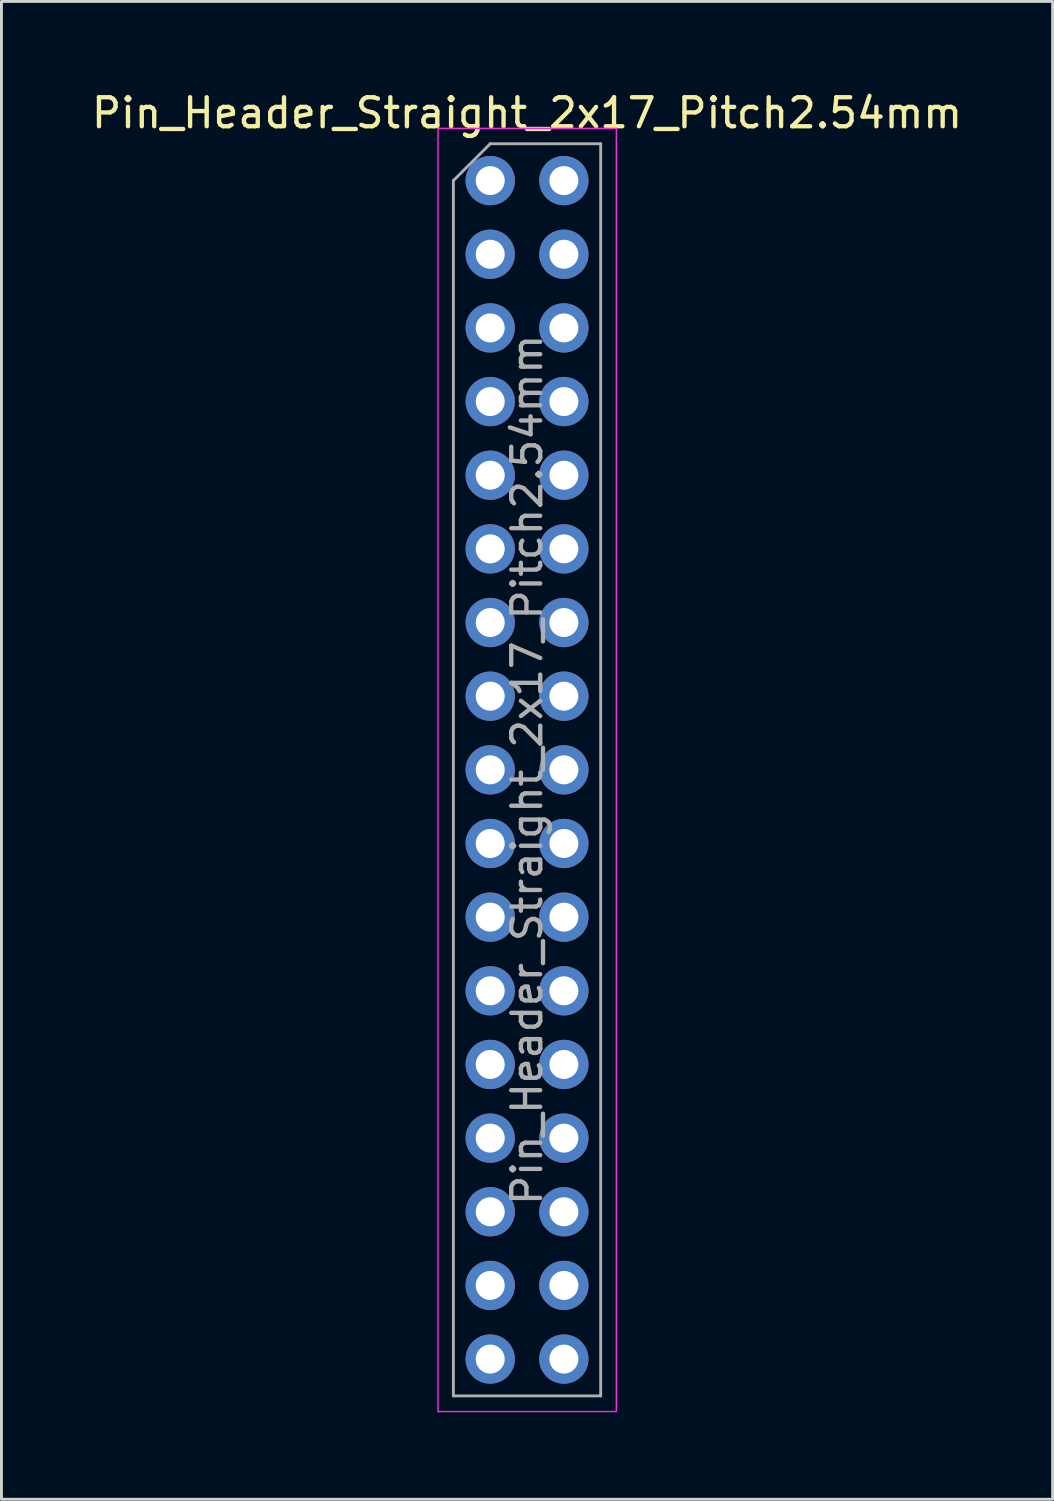
<source format=kicad_pcb>
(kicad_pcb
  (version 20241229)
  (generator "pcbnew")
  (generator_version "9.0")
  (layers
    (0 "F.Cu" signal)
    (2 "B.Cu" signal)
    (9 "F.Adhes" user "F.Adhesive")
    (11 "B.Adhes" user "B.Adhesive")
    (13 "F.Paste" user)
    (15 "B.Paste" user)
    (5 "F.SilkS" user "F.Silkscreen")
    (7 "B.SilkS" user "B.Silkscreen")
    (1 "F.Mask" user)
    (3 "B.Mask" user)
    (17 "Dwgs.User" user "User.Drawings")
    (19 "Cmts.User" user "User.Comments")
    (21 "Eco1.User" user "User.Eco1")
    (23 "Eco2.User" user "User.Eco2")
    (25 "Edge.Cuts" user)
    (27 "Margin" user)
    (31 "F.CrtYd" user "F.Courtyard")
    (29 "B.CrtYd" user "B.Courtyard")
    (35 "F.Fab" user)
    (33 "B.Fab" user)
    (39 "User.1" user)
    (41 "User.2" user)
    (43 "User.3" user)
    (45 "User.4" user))
  (footprint "Pin_Header_Straight_2x17_Pitch2.54mm"
    (layer "F.Cu")
    (at 13.855 3.178)
    (property "Reference" "Pin_Header_Straight_2x17_Pitch2.54mm" (at 1.27 -2.33 0) (layer "F.SilkS") (effects (font (size 1 1) (thickness 0.15))))
    (attr through_hole)
    (fp_line (start -1.8 -1.8) (end -1.8 42.45) (stroke (width 0.05) (type solid)) (layer "F.CrtYd"))
    (fp_line (start -1.8 42.45) (end 4.35 42.45) (stroke (width 0.05) (type solid)) (layer "F.CrtYd"))
    (fp_line (start 4.35 -1.8) (end -1.8 -1.8) (stroke (width 0.05) (type solid)) (layer "F.CrtYd"))
    (fp_line (start 4.35 42.45) (end 4.35 -1.8) (stroke (width 0.05) (type solid)) (layer "F.CrtYd"))
    (fp_line (start -1.27 0) (end 0 -1.27) (stroke (width 0.1) (type solid)) (layer "F.Fab"))
    (fp_line (start -1.27 41.91) (end -1.27 0) (stroke (width 0.1) (type solid)) (layer "F.Fab"))
    (fp_line (start 0 -1.27) (end 3.81 -1.27) (stroke (width 0.1) (type solid)) (layer "F.Fab"))
    (fp_line (start 3.81 -1.27) (end 3.81 41.91) (stroke (width 0.1) (type solid)) (layer "F.Fab"))
    (fp_line (start 3.81 41.91) (end -1.27 41.91) (stroke (width 0.1) (type solid)) (layer "F.Fab"))
    (fp_text user "${REFERENCE}" (at 1.27 20.32 90) (layer "F.Fab") (effects (font (size 1 1) (thickness 0.15))))
    (pad "1" thru_hole oval (at 0 0) (size 1.7 1.7) (drill 1) (layers "*.Cu" "*.Mask"))
    (pad "2" thru_hole oval (at 2.54 0) (size 1.7 1.7) (drill 1) (layers "*.Cu" "*.Mask"))
    (pad "3" thru_hole oval (at 0 2.54) (size 1.7 1.7) (drill 1) (layers "*.Cu" "*.Mask"))
    (pad "4" thru_hole oval (at 2.54 2.54) (size 1.7 1.7) (drill 1) (layers "*.Cu" "*.Mask"))
    (pad "5" thru_hole oval (at 0 5.08) (size 1.7 1.7) (drill 1) (layers "*.Cu" "*.Mask"))
    (pad "6" thru_hole oval (at 2.54 5.08) (size 1.7 1.7) (drill 1) (layers "*.Cu" "*.Mask"))
    (pad "7" thru_hole oval (at 0 7.62) (size 1.7 1.7) (drill 1) (layers "*.Cu" "*.Mask"))
    (pad "8" thru_hole oval (at 2.54 7.62) (size 1.7 1.7) (drill 1) (layers "*.Cu" "*.Mask"))
    (pad "9" thru_hole oval (at 0 10.16) (size 1.7 1.7) (drill 1) (layers "*.Cu" "*.Mask"))
    (pad "10" thru_hole oval (at 2.54 10.16) (size 1.7 1.7) (drill 1) (layers "*.Cu" "*.Mask"))
    (pad "11" thru_hole oval (at 0 12.7) (size 1.7 1.7) (drill 1) (layers "*.Cu" "*.Mask"))
    (pad "12" thru_hole oval (at 2.54 12.7) (size 1.7 1.7) (drill 1) (layers "*.Cu" "*.Mask"))
    (pad "13" thru_hole oval (at 0 15.24) (size 1.7 1.7) (drill 1) (layers "*.Cu" "*.Mask"))
    (pad "14" thru_hole oval (at 2.54 15.24) (size 1.7 1.7) (drill 1) (layers "*.Cu" "*.Mask"))
    (pad "15" thru_hole oval (at 0 17.78) (size 1.7 1.7) (drill 1) (layers "*.Cu" "*.Mask"))
    (pad "16" thru_hole oval (at 2.54 17.78) (size 1.7 1.7) (drill 1) (layers "*.Cu" "*.Mask"))
    (pad "17" thru_hole oval (at 0 20.32) (size 1.7 1.7) (drill 1) (layers "*.Cu" "*.Mask"))
    (pad "18" thru_hole oval (at 2.54 20.32) (size 1.7 1.7) (drill 1) (layers "*.Cu" "*.Mask"))
    (pad "19" thru_hole oval (at 0 22.86) (size 1.7 1.7) (drill 1) (layers "*.Cu" "*.Mask"))
    (pad "20" thru_hole oval (at 2.54 22.86) (size 1.7 1.7) (drill 1) (layers "*.Cu" "*.Mask"))
    (pad "21" thru_hole oval (at 0 25.4) (size 1.7 1.7) (drill 1) (layers "*.Cu" "*.Mask"))
    (pad "22" thru_hole oval (at 2.54 25.4) (size 1.7 1.7) (drill 1) (layers "*.Cu" "*.Mask"))
    (pad "23" thru_hole oval (at 0 27.94) (size 1.7 1.7) (drill 1) (layers "*.Cu" "*.Mask"))
    (pad "24" thru_hole oval (at 2.54 27.94) (size 1.7 1.7) (drill 1) (layers "*.Cu" "*.Mask"))
    (pad "25" thru_hole oval (at 0 30.48) (size 1.7 1.7) (drill 1) (layers "*.Cu" "*.Mask"))
    (pad "26" thru_hole oval (at 2.54 30.48) (size 1.7 1.7) (drill 1) (layers "*.Cu" "*.Mask"))
    (pad "27" thru_hole oval (at 0 33.02) (size 1.7 1.7) (drill 1) (layers "*.Cu" "*.Mask"))
    (pad "28" thru_hole oval (at 2.54 33.02) (size 1.7 1.7) (drill 1) (layers "*.Cu" "*.Mask"))
    (pad "29" thru_hole oval (at 0 35.56) (size 1.7 1.7) (drill 1) (layers "*.Cu" "*.Mask"))
    (pad "30" thru_hole oval (at 2.54 35.56) (size 1.7 1.7) (drill 1) (layers "*.Cu" "*.Mask"))
    (pad "31" thru_hole oval (at 0 38.1) (size 1.7 1.7) (drill 1) (layers "*.Cu" "*.Mask"))
    (pad "32" thru_hole oval (at 2.54 38.1) (size 1.7 1.7) (drill 1) (layers "*.Cu" "*.Mask"))
    (pad "33" thru_hole oval (at 0 40.64) (size 1.7 1.7) (drill 1) (layers "*.Cu" "*.Mask"))
    (pad "34" thru_hole oval (at 2.54 40.64) (size 1.7 1.7) (drill 1) (layers "*.Cu" "*.Mask")))
  (gr_rect
    (start -3 -3)
    (end 33.25 48.653)
    (stroke (width 0.1) (type default))
    (fill no)
    (layer "Edge.Cuts")))
</source>
